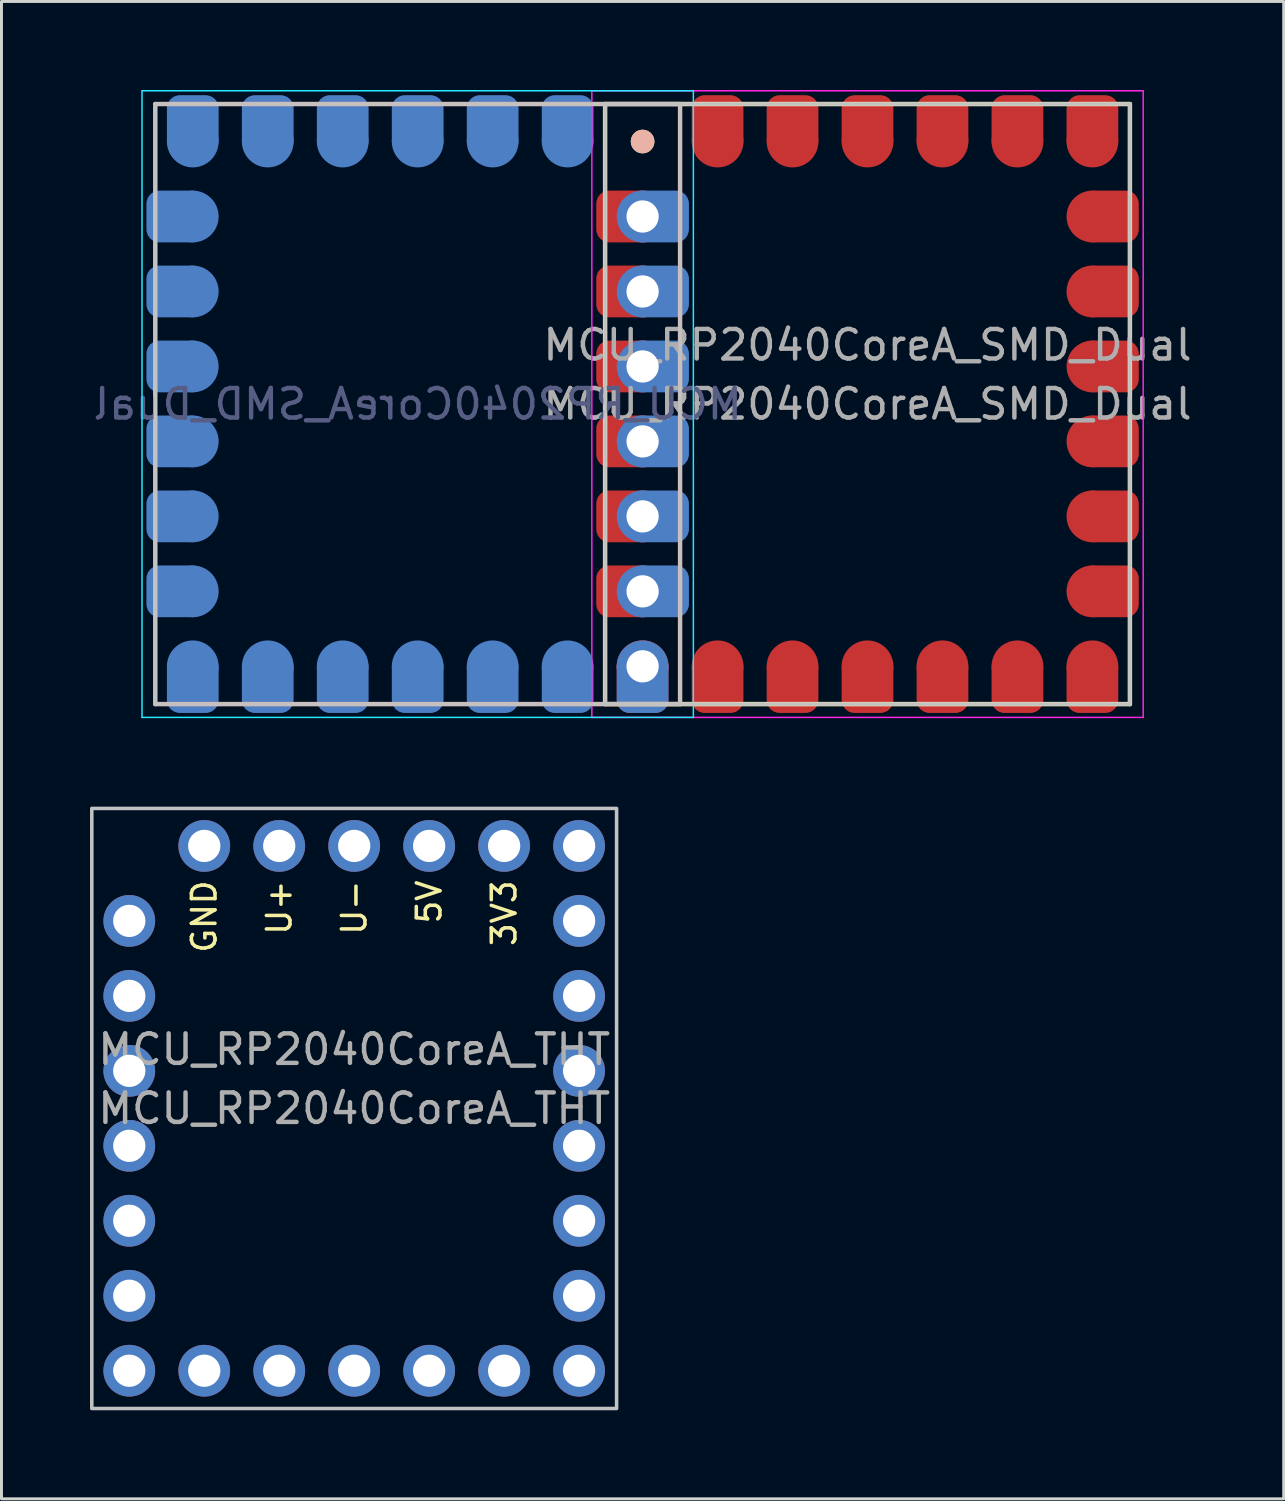
<source format=kicad_pcb>
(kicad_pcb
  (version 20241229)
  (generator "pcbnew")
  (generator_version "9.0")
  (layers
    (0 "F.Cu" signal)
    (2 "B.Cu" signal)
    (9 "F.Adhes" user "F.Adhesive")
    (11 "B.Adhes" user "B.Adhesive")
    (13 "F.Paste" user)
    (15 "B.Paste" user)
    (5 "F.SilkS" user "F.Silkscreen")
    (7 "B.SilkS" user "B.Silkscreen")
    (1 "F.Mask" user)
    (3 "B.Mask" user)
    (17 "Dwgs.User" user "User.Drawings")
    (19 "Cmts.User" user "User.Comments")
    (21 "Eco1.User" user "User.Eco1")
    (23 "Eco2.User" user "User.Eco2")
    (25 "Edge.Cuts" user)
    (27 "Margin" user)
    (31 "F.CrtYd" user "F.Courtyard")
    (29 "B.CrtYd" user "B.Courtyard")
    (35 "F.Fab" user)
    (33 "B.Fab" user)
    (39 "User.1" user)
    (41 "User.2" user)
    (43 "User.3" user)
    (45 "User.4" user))
  (footprint "MCU_RP2040CoreA_SMD_Dual"
    (layer "F.Cu")
    (at 26.341 10.64)
    (property "Reference" "MCU_RP2040CoreA_SMD_Dual" (at 0 -2 0) (layer "F.Fab") (effects (font (size 1 1) (thickness 0.15))))
    (fp_line (start -8.89 -10.165) (end -8.89 10.165) (stroke (width 0.15) (type default)) (layer "F.SilkS"))
    (fp_line (start -7.62 -8.895) (end -7.62 -8.895) (stroke (width 0.8) (type default)) (layer "F.SilkS"))
    (fp_line (start 8.89 -10.165) (end -8.89 -10.165) (stroke (width 0.15) (type default)) (layer "F.SilkS"))
    (fp_line (start 8.89 -10.165) (end 8.89 10.165) (stroke (width 0.15) (type default)) (layer "F.SilkS"))
    (fp_line (start 8.89 10.165) (end -8.89 10.165) (stroke (width 0.15) (type default)) (layer "F.SilkS"))
    (fp_line (start -24.13 -10.165) (end -24.13 10.165) (stroke (width 0.15) (type default)) (layer "B.SilkS"))
    (fp_line (start -24.13 -10.165) (end -6.35 -10.165) (stroke (width 0.15) (type default)) (layer "B.SilkS"))
    (fp_line (start -24.13 10.165) (end -6.35 10.165) (stroke (width 0.15) (type default)) (layer "B.SilkS"))
    (fp_line (start -7.62 -8.895) (end -7.62 -8.895) (stroke (width 0.8) (type default)) (layer "B.SilkS"))
    (fp_line (start -6.35 -10.165) (end -6.35 10.165) (stroke (width 0.15) (type default)) (layer "B.SilkS"))
    (fp_line (start -24.13 -10.165) (end -24.13 10.165) (stroke (width 0.12) (type default)) (layer "Dwgs.User"))
    (fp_line (start -24.13 10.165) (end -6.35 10.165) (stroke (width 0.12) (type default)) (layer "Dwgs.User"))
    (fp_line (start -8.89 -10.165) (end -8.89 10.165) (stroke (width 0.12) (type default)) (layer "Dwgs.User"))
    (fp_line (start -8.89 -10.165) (end 8.89 -10.165) (stroke (width 0.12) (type default)) (layer "Dwgs.User"))
    (fp_line (start -6.35 -10.165) (end -24.13 -10.165) (stroke (width 0.12) (type default)) (layer "Dwgs.User"))
    (fp_line (start -6.35 -10.165) (end -6.35 10.165) (stroke (width 0.12) (type default)) (layer "Dwgs.User"))
    (fp_line (start 8.89 -10.165) (end 8.89 10.165) (stroke (width 0.12) (type default)) (layer "Dwgs.User"))
    (fp_line (start 8.89 10.165) (end -8.89 10.165) (stroke (width 0.12) (type default)) (layer "Dwgs.User"))
    (fp_line (start -24.58 -10.615) (end -24.58 10.615) (stroke (width 0.05) (type default)) (layer "B.CrtYd"))
    (fp_line (start -24.58 10.615) (end -5.9 10.615) (stroke (width 0.05) (type default)) (layer "B.CrtYd"))
    (fp_line (start -5.9 -10.615) (end -24.58 -10.615) (stroke (width 0.05) (type default)) (layer "B.CrtYd"))
    (fp_line (start -5.9 10.615) (end -5.9 -10.615) (stroke (width 0.05) (type default)) (layer "B.CrtYd"))
    (fp_line (start -9.34 -10.615) (end 9.34 -10.615) (stroke (width 0.05) (type default)) (layer "F.CrtYd"))
    (fp_line (start -9.34 10.615) (end -9.34 -10.615) (stroke (width 0.05) (type default)) (layer "F.CrtYd"))
    (fp_line (start 9.34 -10.615) (end 9.34 10.615) (stroke (width 0.05) (type default)) (layer "F.CrtYd"))
    (fp_line (start 9.34 10.615) (end -9.34 10.615) (stroke (width 0.05) (type default)) (layer "F.CrtYd"))
    (fp_text user "${REFERENCE}" (at -15.24 0 0) (unlocked yes) (layer "B.Fab") (effects (font (size 1 1) (thickness 0.15)) (justify mirror)))
    (fp_text user "${REFERENCE}" (at 0 0 0) (unlocked yes) (layer "F.Fab") (effects (font (size 1 1) (thickness 0.15))))
    (pad "1" smd roundrect (at -8.19 -6.355) (size 2 1.753) (layers "F.Cu" "F.Mask") (roundrect_rratio 0.25) (chamfer_ratio 0.2) (chamfer))
    (pad "1" thru_hole circle (at -7.62 -6.355) (size 1.753 1.753) (drill 1.092) (layers "*.Cu" "*.Mask"))
    (pad "1" smd roundrect (at -7.05 -6.355) (size 2 1.753) (layers "B.Cu" "B.Mask") (roundrect_rratio 0.25) (chamfer_ratio 0.2) (chamfer))
    (pad "2" smd roundrect (at -8.19 -3.815) (size 2 1.753) (layers "F.Cu" "F.Mask") (roundrect_rratio 0.25) (chamfer_ratio 0.2) (chamfer))
    (pad "2" thru_hole circle (at -7.62 -3.815) (size 1.753 1.753) (drill 1.092) (layers "*.Cu" "*.Mask"))
    (pad "2" smd roundrect (at -7.05 -3.815) (size 2 1.753) (layers "B.Cu" "B.Mask") (roundrect_rratio 0.25) (chamfer_ratio 0.2) (chamfer))
    (pad "3" smd roundrect (at -8.19 -1.275) (size 2 1.753) (layers "F.Cu" "F.Mask") (roundrect_rratio 0.25) (chamfer_ratio 0.2) (chamfer))
    (pad "3" thru_hole circle (at -7.62 -1.275) (size 1.753 1.753) (drill 1.092) (layers "*.Cu" "*.Mask"))
    (pad "3" smd roundrect (at -7.05 -1.275) (size 2 1.753) (layers "B.Cu" "B.Mask") (roundrect_rratio 0.25) (chamfer_ratio 0.2) (chamfer))
    (pad "4" smd roundrect (at -8.19 1.265) (size 2 1.753) (layers "F.Cu" "F.Mask") (roundrect_rratio 0.25) (chamfer_ratio 0.2) (chamfer))
    (pad "4" thru_hole circle (at -7.62 1.265) (size 1.753 1.753) (drill 1.092) (layers "*.Cu" "*.Mask"))
    (pad "4" smd roundrect (at -7.05 1.265) (size 2 1.753) (layers "B.Cu" "B.Mask") (roundrect_rratio 0.25) (chamfer_ratio 0.2) (chamfer))
    (pad "5" smd roundrect (at -8.19 3.805) (size 2 1.753) (layers "F.Cu" "F.Mask") (roundrect_rratio 0.25) (chamfer_ratio 0.2) (chamfer))
    (pad "5" thru_hole circle (at -7.62 3.805) (size 1.753 1.753) (drill 1.092) (layers "*.Cu" "*.Mask"))
    (pad "5" smd roundrect (at -7.05 3.805) (size 2 1.753) (layers "B.Cu" "B.Mask") (roundrect_rratio 0.25) (chamfer_ratio 0.2) (chamfer))
    (pad "6" smd roundrect (at -8.19 6.345) (size 2 1.753) (layers "F.Cu" "F.Mask") (roundrect_rratio 0.25) (chamfer_ratio 0.2) (chamfer))
    (pad "6" thru_hole circle (at -7.62 6.345) (size 1.753 1.753) (drill 1.092) (layers "*.Cu" "*.Mask"))
    (pad "6" smd roundrect (at -7.05 6.345) (size 2 1.753) (layers "B.Cu" "B.Mask") (roundrect_rratio 0.25) (chamfer_ratio 0.2) (chamfer))
    (pad "7" smd circle (at -7.62 8.885) (size 1.753 1.753) (layers "F.Cu" "F.Mask"))
    (pad "7" thru_hole circle (at -7.62 8.885) (size 1.753 1.753) (drill 1.092) (layers "*.Cu" "*.Mask"))
    (pad "7" smd roundrect (at -7.62 9.465 90) (size 2 1.753) (layers "F.Cu" "F.Mask") (roundrect_rratio 0.25) (chamfer_ratio 0.2) (chamfer))
    (pad "7" smd roundrect (at -7.62 9.465 270) (size 2 1.753) (layers "B.Cu" "B.Mask") (roundrect_rratio 0.25) (chamfer_ratio 0.2) (chamfer))
    (pad "8" smd circle (at -10.16 8.885) (size 1.753 1.753) (layers "B.Cu" "B.Mask"))
    (pad "8" smd roundrect (at -10.16 9.465 270) (size 2 1.753) (layers "B.Cu" "B.Mask") (roundrect_rratio 0.25) (chamfer_ratio 0.2) (chamfer))
    (pad "8" smd circle (at -5.08 8.885) (size 1.753 1.753) (layers "F.Cu" "F.Mask"))
    (pad "8" smd roundrect (at -5.08 9.465 90) (size 2 1.753) (layers "F.Cu" "F.Mask") (roundrect_rratio 0.25) (chamfer_ratio 0.2) (chamfer))
    (pad "9" smd circle (at -12.7 8.885) (size 1.753 1.753) (layers "B.Cu" "B.Mask"))
    (pad "9" smd roundrect (at -12.7 9.465 270) (size 2 1.753) (layers "B.Cu" "B.Mask") (roundrect_rratio 0.25) (chamfer_ratio 0.2) (chamfer))
    (pad "9" smd circle (at -2.54 8.885) (size 1.753 1.753) (layers "F.Cu" "F.Mask"))
    (pad "9" smd roundrect (at -2.54 9.465 90) (size 2 1.753) (layers "F.Cu" "F.Mask") (roundrect_rratio 0.25) (chamfer_ratio 0.2) (chamfer))
    (pad "10" smd circle (at -15.24 8.885) (size 1.753 1.753) (layers "B.Cu" "B.Mask"))
    (pad "10" smd roundrect (at -15.24 9.465 270) (size 2 1.753) (layers "B.Cu" "B.Mask") (roundrect_rratio 0.25) (chamfer_ratio 0.2) (chamfer))
    (pad "10" smd circle (at 0 8.885) (size 1.753 1.753) (layers "F.Cu" "F.Mask"))
    (pad "10" smd roundrect (at 0 9.465 90) (size 2 1.753) (layers "F.Cu" "F.Mask") (roundrect_rratio 0.25) (chamfer_ratio 0.2) (chamfer))
    (pad "11" smd circle (at -17.78 8.885) (size 1.753 1.753) (layers "B.Cu" "B.Mask"))
    (pad "11" smd roundrect (at -17.78 9.465 270) (size 2 1.753) (layers "B.Cu" "B.Mask") (roundrect_rratio 0.25) (chamfer_ratio 0.2) (chamfer))
    (pad "11" smd circle (at 2.54 8.885) (size 1.753 1.753) (layers "F.Cu" "F.Mask"))
    (pad "11" smd roundrect (at 2.54 9.465 90) (size 2 1.753) (layers "F.Cu" "F.Mask") (roundrect_rratio 0.25) (chamfer_ratio 0.2) (chamfer))
    (pad "12" smd circle (at -20.32 8.885) (size 1.753 1.753) (layers "B.Cu" "B.Mask"))
    (pad "12" smd roundrect (at -20.32 9.465 270) (size 2 1.753) (layers "B.Cu" "B.Mask") (roundrect_rratio 0.25) (chamfer_ratio 0.2) (chamfer))
    (pad "12" smd circle (at 5.08 8.885) (size 1.753 1.753) (layers "F.Cu" "F.Mask"))
    (pad "12" smd roundrect (at 5.08 9.465 90) (size 2 1.753) (layers "F.Cu" "F.Mask") (roundrect_rratio 0.25) (chamfer_ratio 0.2) (chamfer))
    (pad "13" smd circle (at -22.86 8.885) (size 1.753 1.753) (layers "B.Cu" "B.Mask"))
    (pad "13" smd roundrect (at -22.86 9.465 270) (size 2 1.753) (layers "B.Cu" "B.Mask") (roundrect_rratio 0.25) (chamfer_ratio 0.2) (chamfer))
    (pad "13" smd circle (at 7.62 8.885) (size 1.753 1.753) (layers "F.Cu" "F.Mask"))
    (pad "13" smd roundrect (at 7.62 9.465 90) (size 2 1.753) (layers "F.Cu" "F.Mask") (roundrect_rratio 0.25) (chamfer_ratio 0.2) (chamfer))
    (pad "14" smd roundrect (at -23.43 6.345 180) (size 2 1.753) (layers "B.Cu" "B.Mask") (roundrect_rratio 0.25) (chamfer_ratio 0.2) (chamfer))
    (pad "14" smd circle (at -22.86 6.345) (size 1.753 1.753) (layers "B.Cu" "B.Mask"))
    (pad "14" smd circle (at 7.62 6.345) (size 1.753 1.753) (layers "F.Cu" "F.Mask"))
    (pad "14" smd roundrect (at 8.19 6.345 180) (size 2 1.753) (layers "F.Cu" "F.Mask") (roundrect_rratio 0.25) (chamfer_ratio 0.2) (chamfer))
    (pad "15" smd roundrect (at -23.43 3.805 180) (size 2 1.753) (layers "B.Cu" "B.Mask") (roundrect_rratio 0.25) (chamfer_ratio 0.2) (chamfer))
    (pad "15" smd circle (at -22.86 3.805) (size 1.753 1.753) (layers "B.Cu" "B.Mask"))
    (pad "15" smd circle (at 7.62 3.805) (size 1.753 1.753) (layers "F.Cu" "F.Mask"))
    (pad "15" smd roundrect (at 8.19 3.805 180) (size 2 1.753) (layers "F.Cu" "F.Mask") (roundrect_rratio 0.25) (chamfer_ratio 0.2) (chamfer))
    (pad "16" smd roundrect (at -23.43 1.265 180) (size 2 1.753) (layers "B.Cu" "B.Mask") (roundrect_rratio 0.25) (chamfer_ratio 0.2) (chamfer))
    (pad "16" smd circle (at -22.86 1.265) (size 1.753 1.753) (layers "B.Cu" "B.Mask"))
    (pad "16" smd circle (at 7.62 1.265) (size 1.753 1.753) (layers "F.Cu" "F.Mask"))
    (pad "16" smd roundrect (at 8.19 1.265 180) (size 2 1.753) (layers "F.Cu" "F.Mask") (roundrect_rratio 0.25) (chamfer_ratio 0.2) (chamfer))
    (pad "17" smd roundrect (at -23.43 -1.275 180) (size 2 1.753) (layers "B.Cu" "B.Mask") (roundrect_rratio 0.25) (chamfer_ratio 0.2) (chamfer))
    (pad "17" smd circle (at -22.86 -1.275) (size 1.753 1.753) (layers "B.Cu" "B.Mask"))
    (pad "17" smd circle (at 7.62 -1.275) (size 1.753 1.753) (layers "F.Cu" "F.Mask"))
    (pad "17" smd roundrect (at 8.19 -1.275 180) (size 2 1.753) (layers "F.Cu" "F.Mask") (roundrect_rratio 0.25) (chamfer_ratio 0.2) (chamfer))
    (pad "18" smd roundrect (at -23.43 -3.815 180) (size 2 1.753) (layers "B.Cu" "B.Mask") (roundrect_rratio 0.25) (chamfer_ratio 0.2) (chamfer))
    (pad "18" smd circle (at -22.86 -3.815) (size 1.753 1.753) (layers "B.Cu" "B.Mask"))
    (pad "18" smd circle (at 7.62 -3.815) (size 1.753 1.753) (layers "F.Cu" "F.Mask"))
    (pad "18" smd roundrect (at 8.19 -3.815 180) (size 2 1.753) (layers "F.Cu" "F.Mask") (roundrect_rratio 0.25) (chamfer_ratio 0.2) (chamfer))
    (pad "19" smd roundrect (at -23.43 -6.355 180) (size 2 1.753) (layers "B.Cu" "B.Mask") (roundrect_rratio 0.25) (chamfer_ratio 0.2) (chamfer))
    (pad "19" smd circle (at -22.86 -6.355) (size 1.753 1.753) (layers "B.Cu" "B.Mask"))
    (pad "19" smd circle (at 7.62 -6.355) (size 1.753 1.753) (layers "F.Cu" "F.Mask"))
    (pad "19" smd roundrect (at 8.19 -6.355 180) (size 2 1.753) (layers "F.Cu" "F.Mask") (roundrect_rratio 0.25) (chamfer_ratio 0.2) (chamfer))
    (pad "20" smd roundrect (at -22.86 -9.465 90) (size 2 1.753) (layers "B.Cu" "B.Mask") (roundrect_rratio 0.25) (chamfer_ratio 0.2) (chamfer))
    (pad "20" smd circle (at -22.86 -8.895) (size 1.753 1.753) (layers "B.Cu" "B.Mask"))
    (pad "20" smd roundrect (at 7.62 -9.465 270) (size 2 1.753) (layers "F.Cu" "F.Mask") (roundrect_rratio 0.25) (chamfer_ratio 0.2) (chamfer))
    (pad "20" smd circle (at 7.62 -8.895) (size 1.753 1.753) (layers "F.Cu" "F.Mask"))
    (pad "21" smd roundrect (at -20.32 -9.465 90) (size 2 1.753) (layers "B.Cu" "B.Mask") (roundrect_rratio 0.25) (chamfer_ratio 0.2) (chamfer))
    (pad "21" smd circle (at -20.32 -8.895) (size 1.753 1.753) (layers "B.Cu" "B.Mask"))
    (pad "21" smd roundrect (at 5.08 -9.465 270) (size 2 1.753) (layers "F.Cu" "F.Mask") (roundrect_rratio 0.25) (chamfer_ratio 0.2) (chamfer))
    (pad "21" smd circle (at 5.08 -8.895) (size 1.753 1.753) (layers "F.Cu" "F.Mask"))
    (pad "22" smd roundrect (at -17.78 -9.465 90) (size 2 1.753) (layers "B.Cu" "B.Mask") (roundrect_rratio 0.25) (chamfer_ratio 0.2) (chamfer))
    (pad "22" smd circle (at -17.78 -8.895) (size 1.753 1.753) (layers "B.Cu" "B.Mask"))
    (pad "22" smd roundrect (at 2.54 -9.465 270) (size 2 1.753) (layers "F.Cu" "F.Mask") (roundrect_rratio 0.25) (chamfer_ratio 0.2) (chamfer))
    (pad "22" smd circle (at 2.54 -8.895) (size 1.753 1.753) (layers "F.Cu" "F.Mask"))
    (pad "23" smd roundrect (at -15.24 -9.465 90) (size 2 1.753) (layers "B.Cu" "B.Mask") (roundrect_rratio 0.25) (chamfer_ratio 0.2) (chamfer))
    (pad "23" smd circle (at -15.24 -8.895) (size 1.753 1.753) (layers "B.Cu" "B.Mask"))
    (pad "23" smd roundrect (at 0 -9.465 270) (size 2 1.753) (layers "F.Cu" "F.Mask") (roundrect_rratio 0.25) (chamfer_ratio 0.2) (chamfer))
    (pad "23" smd circle (at 0 -8.895) (size 1.753 1.753) (layers "F.Cu" "F.Mask"))
    (pad "24" smd roundrect (at -12.7 -9.465 90) (size 2 1.753) (layers "B.Cu" "B.Mask") (roundrect_rratio 0.25) (chamfer_ratio 0.2) (chamfer))
    (pad "24" smd circle (at -12.7 -8.895) (size 1.753 1.753) (layers "B.Cu" "B.Mask"))
    (pad "24" smd roundrect (at -2.54 -9.465 270) (size 2 1.753) (layers "F.Cu" "F.Mask") (roundrect_rratio 0.25) (chamfer_ratio 0.2) (chamfer))
    (pad "24" smd circle (at -2.54 -8.895) (size 1.753 1.753) (layers "F.Cu" "F.Mask"))
    (pad "25" smd roundrect (at -10.16 -9.465 90) (size 2 1.753) (layers "B.Cu" "B.Mask") (roundrect_rratio 0.25) (chamfer_ratio 0.2) (chamfer))
    (pad "25" smd circle (at -10.16 -8.895) (size 1.753 1.753) (layers "B.Cu" "B.Mask"))
    (pad "25" smd roundrect (at -5.08 -9.465 270) (size 2 1.753) (layers "F.Cu" "F.Mask") (roundrect_rratio 0.25) (chamfer_ratio 0.2) (chamfer))
    (pad "25" smd circle (at -5.08 -8.895) (size 1.753 1.753) (layers "F.Cu" "F.Mask")))
  (footprint "MCU_RP2040CoreA_THT"
    (layer "F.Cu")
    (at 8.95 34.505)
    (property "Reference" "MCU_RP2040CoreA_THT" (at 0 -2 0) (layer "F.Fab") (effects (font (size 1 1) (thickness 0.15))))
    (fp_rect (start -8.89 -10.165) (end 8.89 10.165) (stroke (width 0.12) (type default)) (fill no) (layer "Dwgs.User"))
    (fp_text user "3V3" (at 5.08 -7.8 90) (layer "F.SilkS") (effects (font (size 0.8 0.8) (thickness 0.12)) (justify right)))
    (fp_text user "U+" (at -2.54 -7.8 90) (layer "F.SilkS") (effects (font (size 0.8 0.8) (thickness 0.12)) (justify right)))
    (fp_text user "GND" (at -5.08 -7.8 90) (layer "F.SilkS") (effects (font (size 0.8 0.8) (thickness 0.12)) (justify right)))
    (fp_text user "U-" (at 0 -7.8 90) (layer "F.SilkS") (effects (font (size 0.8 0.8) (thickness 0.12)) (justify right)))
    (fp_text user "5V" (at 2.54 -7.8 90) (layer "F.SilkS") (effects (font (size 0.8 0.8) (thickness 0.12)) (justify right)))
    (fp_text user "${REFERENCE}" (at 0 0 0) (unlocked yes) (layer "F.Fab") (effects (font (size 1 1) (thickness 0.15))))
    (pad "1" thru_hole circle (at -7.62 -6.355) (size 1.753 1.753) (drill 1.092) (layers "*.Cu" "*.Mask"))
    (pad "2" thru_hole circle (at -7.62 -3.815) (size 1.753 1.753) (drill 1.092) (layers "*.Cu" "*.Mask"))
    (pad "3" thru_hole circle (at -7.62 -1.275) (size 1.753 1.753) (drill 1.092) (layers "*.Cu" "*.Mask"))
    (pad "4" thru_hole circle (at -7.62 1.265) (size 1.753 1.753) (drill 1.092) (layers "*.Cu" "*.Mask"))
    (pad "5" thru_hole circle (at -7.62 3.805) (size 1.753 1.753) (drill 1.092) (layers "*.Cu" "*.Mask"))
    (pad "6" thru_hole circle (at -7.62 6.345) (size 1.753 1.753) (drill 1.092) (layers "*.Cu" "*.Mask"))
    (pad "7" thru_hole circle (at -7.62 8.885) (size 1.753 1.753) (drill 1.092) (layers "*.Cu" "*.Mask"))
    (pad "8" thru_hole circle (at -5.08 8.885 90) (size 1.753 1.753) (drill 1.092) (layers "*.Cu" "*.Mask"))
    (pad "9" thru_hole circle (at -2.54 8.885 90) (size 1.753 1.753) (drill 1.092) (layers "*.Cu" "*.Mask"))
    (pad "10" thru_hole circle (at 0 8.885 90) (size 1.753 1.753) (drill 1.092) (layers "*.Cu" "*.Mask"))
    (pad "11" thru_hole circle (at 2.54 8.885 90) (size 1.753 1.753) (drill 1.092) (layers "*.Cu" "*.Mask"))
    (pad "12" thru_hole circle (at 5.08 8.885 90) (size 1.753 1.753) (drill 1.092) (layers "*.Cu" "*.Mask"))
    (pad "13" thru_hole circle (at 7.62 8.885) (size 1.753 1.753) (drill 1.092) (layers "*.Cu" "*.Mask"))
    (pad "14" thru_hole circle (at 7.62 6.345) (size 1.753 1.753) (drill 1.092) (layers "*.Cu" "*.Mask"))
    (pad "15" thru_hole circle (at 7.62 3.805) (size 1.753 1.753) (drill 1.092) (layers "*.Cu" "*.Mask"))
    (pad "16" thru_hole circle (at 7.62 1.265) (size 1.753 1.753) (drill 1.092) (layers "*.Cu" "*.Mask"))
    (pad "17" thru_hole circle (at 7.62 -1.275) (size 1.753 1.753) (drill 1.092) (layers "*.Cu" "*.Mask"))
    (pad "18" thru_hole circle (at 7.62 -3.815) (size 1.753 1.753) (drill 1.092) (layers "*.Cu" "*.Mask"))
    (pad "19" thru_hole circle (at 7.62 -6.355) (size 1.753 1.753) (drill 1.092) (layers "*.Cu" "*.Mask"))
    (pad "20" thru_hole circle (at 7.62 -8.895) (size 1.753 1.753) (drill 1.092) (layers "*.Cu" "*.Mask"))
    (pad "21" thru_hole circle (at 5.08 -8.895 90) (size 1.753 1.753) (drill 1.092) (layers "*.Cu" "*.Mask"))
    (pad "22" thru_hole circle (at 2.54 -8.895 90) (size 1.753 1.753) (drill 1.092) (layers "*.Cu" "*.Mask"))
    (pad "23" thru_hole circle (at 0 -8.895 90) (size 1.753 1.753) (drill 1.092) (layers "*.Cu" "*.Mask"))
    (pad "24" thru_hole circle (at -2.54 -8.895 90) (size 1.753 1.753) (drill 1.092) (layers "*.Cu" "*.Mask"))
    (pad "25" thru_hole circle (at -5.08 -8.895 90) (size 1.753 1.753) (drill 1.092) (layers "*.Cu" "*.Mask")))
  (gr_rect
    (start -3 -3)
    (end 40.442 47.73)
    (stroke (width 0.1) (type default))
    (fill no)
    (layer "Edge.Cuts")))
</source>
